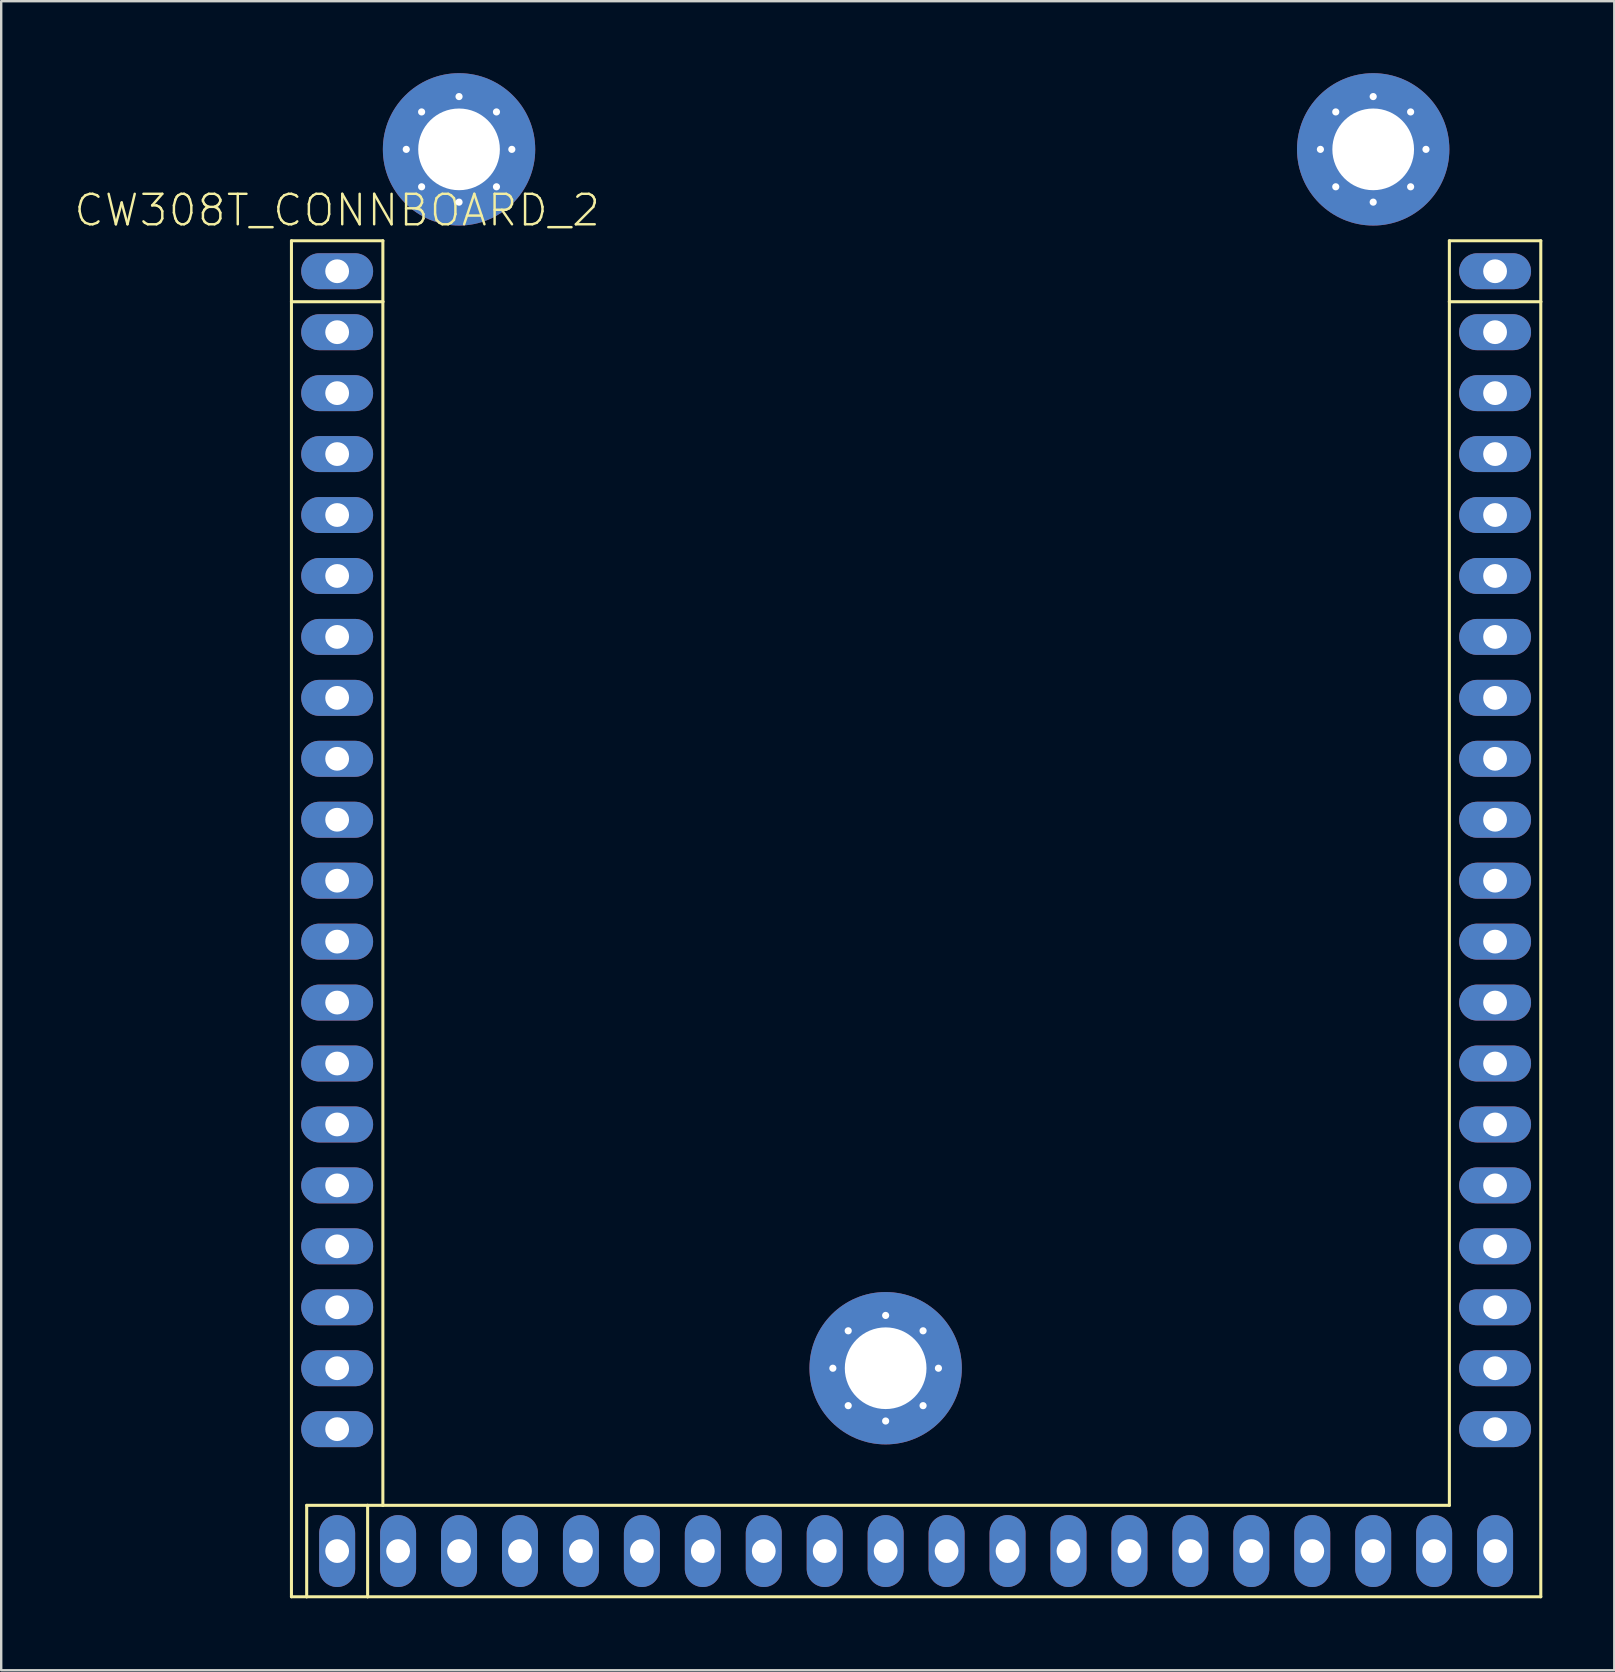
<source format=kicad_pcb>
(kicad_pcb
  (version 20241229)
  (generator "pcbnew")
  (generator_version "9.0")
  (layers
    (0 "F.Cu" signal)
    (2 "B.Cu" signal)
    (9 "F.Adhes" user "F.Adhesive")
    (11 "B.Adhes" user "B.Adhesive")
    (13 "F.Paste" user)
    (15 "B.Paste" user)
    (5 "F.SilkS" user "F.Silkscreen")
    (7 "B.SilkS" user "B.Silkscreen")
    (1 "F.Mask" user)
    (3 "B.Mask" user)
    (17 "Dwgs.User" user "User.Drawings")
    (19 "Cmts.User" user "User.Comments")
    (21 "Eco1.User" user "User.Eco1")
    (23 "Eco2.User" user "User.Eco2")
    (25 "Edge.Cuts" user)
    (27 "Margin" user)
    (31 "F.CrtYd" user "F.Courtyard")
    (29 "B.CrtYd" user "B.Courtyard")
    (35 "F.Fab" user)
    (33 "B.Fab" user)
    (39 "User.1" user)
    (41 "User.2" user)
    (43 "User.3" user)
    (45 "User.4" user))
  (footprint "CW308T_CONNBOARD_2"
    (layer "F.Cu")
    (at 11.002 8.255)
    (property "Reference" "CW308T_CONNBOARD_2" (at 0 -2.54 0) (layer "F.SilkS") (effects (font (size 1.27 1.27) (thickness 0.102))))
    (attr exclude_from_pos_files)
    (fp_line (start -1.905 -1.27) (end 1.905 -1.27) (stroke (width 0.127) (type solid)) (layer "F.SilkS"))
    (fp_line (start -1.905 1.27) (end -1.905 -1.27) (stroke (width 0.127) (type solid)) (layer "F.SilkS"))
    (fp_line (start -1.905 1.27) (end 1.905 1.27) (stroke (width 0.127) (type solid)) (layer "F.SilkS"))
    (fp_line (start -1.905 55.245) (end -1.905 1.27) (stroke (width 0.127) (type solid)) (layer "F.SilkS"))
    (fp_line (start -1.27 51.435) (end -1.27 55.245) (stroke (width 0.127) (type solid)) (layer "F.SilkS"))
    (fp_line (start -1.27 55.245) (end -1.905 55.245) (stroke (width 0.127) (type solid)) (layer "F.SilkS"))
    (fp_line (start 1.27 51.435) (end -1.27 51.435) (stroke (width 0.127) (type solid)) (layer "F.SilkS"))
    (fp_line (start 1.27 51.435) (end 1.905 51.435) (stroke (width 0.127) (type solid)) (layer "F.SilkS"))
    (fp_line (start 1.27 55.245) (end -1.27 55.245) (stroke (width 0.127) (type solid)) (layer "F.SilkS"))
    (fp_line (start 1.27 55.245) (end 1.27 51.435) (stroke (width 0.127) (type solid)) (layer "F.SilkS"))
    (fp_line (start 1.905 -1.27) (end 1.905 1.27) (stroke (width 0.127) (type solid)) (layer "F.SilkS"))
    (fp_line (start 1.905 1.27) (end 1.905 51.435) (stroke (width 0.127) (type solid)) (layer "F.SilkS"))
    (fp_line (start 1.905 51.435) (end 46.355 51.435) (stroke (width 0.127) (type solid)) (layer "F.SilkS"))
    (fp_line (start 46.355 -1.27) (end 50.165 -1.27) (stroke (width 0.127) (type solid)) (layer "F.SilkS"))
    (fp_line (start 46.355 1.27) (end 46.355 -1.27) (stroke (width 0.127) (type solid)) (layer "F.SilkS"))
    (fp_line (start 46.355 1.27) (end 50.165 1.27) (stroke (width 0.127) (type solid)) (layer "F.SilkS"))
    (fp_line (start 46.355 51.435) (end 46.355 1.27) (stroke (width 0.127) (type solid)) (layer "F.SilkS"))
    (fp_line (start 50.165 -1.27) (end 50.165 1.27) (stroke (width 0.127) (type solid)) (layer "F.SilkS"))
    (fp_line (start 50.165 1.27) (end 50.165 55.245) (stroke (width 0.127) (type solid)) (layer "F.SilkS"))
    (fp_line (start 50.165 55.245) (end 1.27 55.245) (stroke (width 0.127) (type solid)) (layer "F.SilkS"))
    (pad "" np_thru_hole circle (at 2.88 -5.08) (size 0.3 0.3) (drill 0.3) (layers "*.Cu"))
    (pad "" np_thru_hole circle (at 3.52 -6.64) (size 0.3 0.3) (drill 0.3) (layers "*.Cu"))
    (pad "" np_thru_hole circle (at 3.52 -3.52) (size 0.3 0.3) (drill 0.3) (layers "*.Cu"))
    (pad "" np_thru_hole circle (at 5.08 -7.28) (size 0.3 0.3) (drill 0.3) (layers "*.Cu"))
    (pad "" np_thru_hole circle (at 5.08 -2.88) (size 0.3 0.3) (drill 0.3) (layers "*.Cu"))
    (pad "" np_thru_hole circle (at 6.64 -6.64) (size 0.3 0.3) (drill 0.3) (layers "*.Cu"))
    (pad "" np_thru_hole circle (at 6.64 -3.52) (size 0.3 0.3) (drill 0.3) (layers "*.Cu"))
    (pad "" np_thru_hole circle (at 7.28 -5.08) (size 0.3 0.3) (drill 0.3) (layers "*.Cu"))
    (pad "" np_thru_hole circle (at 20.66 45.72) (size 0.3 0.3) (drill 0.3) (layers "*.Cu"))
    (pad "" np_thru_hole circle (at 21.3 44.16) (size 0.3 0.3) (drill 0.3) (layers "*.Cu"))
    (pad "" np_thru_hole circle (at 21.3 47.28) (size 0.3 0.3) (drill 0.3) (layers "*.Cu"))
    (pad "" np_thru_hole circle (at 22.86 43.52) (size 0.3 0.3) (drill 0.3) (layers "*.Cu"))
    (pad "" np_thru_hole circle (at 22.86 47.92) (size 0.3 0.3) (drill 0.3) (layers "*.Cu"))
    (pad "" np_thru_hole circle (at 24.42 44.16) (size 0.3 0.3) (drill 0.3) (layers "*.Cu"))
    (pad "" np_thru_hole circle (at 24.42 47.28) (size 0.3 0.3) (drill 0.3) (layers "*.Cu"))
    (pad "" np_thru_hole circle (at 25.06 45.72) (size 0.3 0.3) (drill 0.3) (layers "*.Cu"))
    (pad "" np_thru_hole circle (at 40.98 -5.08) (size 0.3 0.3) (drill 0.3) (layers "*.Cu"))
    (pad "" np_thru_hole circle (at 41.62 -6.64) (size 0.3 0.3) (drill 0.3) (layers "*.Cu"))
    (pad "" np_thru_hole circle (at 41.62 -3.52) (size 0.3 0.3) (drill 0.3) (layers "*.Cu"))
    (pad "" np_thru_hole circle (at 43.18 -7.28) (size 0.3 0.3) (drill 0.3) (layers "*.Cu"))
    (pad "" np_thru_hole circle (at 43.18 -2.88) (size 0.3 0.3) (drill 0.3) (layers "*.Cu"))
    (pad "" np_thru_hole circle (at 44.74 -6.64) (size 0.3 0.3) (drill 0.3) (layers "*.Cu"))
    (pad "" np_thru_hole circle (at 44.74 -3.52) (size 0.3 0.3) (drill 0.3) (layers "*.Cu"))
    (pad "" np_thru_hole circle (at 45.38 -5.08) (size 0.3 0.3) (drill 0.3) (layers "*.Cu"))
    (pad "A1" thru_hole oval (at 0 0 90) (size 1.499 2.997) (drill 0.991) (layers "*.Cu" "*.Paste" "*.Mask"))
    (pad "A2" thru_hole oval (at 0 2.54 90) (size 1.499 2.997) (drill 0.991) (layers "*.Cu" "*.Paste" "*.Mask"))
    (pad "A3" thru_hole oval (at 0 5.08 90) (size 1.499 2.997) (drill 0.991) (layers "*.Cu" "*.Paste" "*.Mask"))
    (pad "A4" thru_hole oval (at 0 7.62 90) (size 1.499 2.997) (drill 0.991) (layers "*.Cu" "*.Paste" "*.Mask"))
    (pad "A5" thru_hole oval (at 0 10.16 90) (size 1.499 2.997) (drill 0.991) (layers "*.Cu" "*.Paste" "*.Mask"))
    (pad "A6" thru_hole oval (at 0 12.7 90) (size 1.499 2.997) (drill 0.991) (layers "*.Cu" "*.Paste" "*.Mask"))
    (pad "A7" thru_hole oval (at 0 15.24 90) (size 1.499 2.997) (drill 0.991) (layers "*.Cu" "*.Paste" "*.Mask"))
    (pad "A8" thru_hole oval (at 0 17.78 90) (size 1.499 2.997) (drill 0.991) (layers "*.Cu" "*.Paste" "*.Mask"))
    (pad "A9" thru_hole oval (at 0 20.32 90) (size 1.499 2.997) (drill 0.991) (layers "*.Cu" "*.Paste" "*.Mask"))
    (pad "A10" thru_hole oval (at 0 22.86 90) (size 1.499 2.997) (drill 0.991) (layers "*.Cu" "*.Paste" "*.Mask"))
    (pad "A11" thru_hole oval (at 0 25.4 90) (size 1.499 2.997) (drill 0.991) (layers "*.Cu" "*.Paste" "*.Mask"))
    (pad "A12" thru_hole oval (at 0 27.94 90) (size 1.499 2.997) (drill 0.991) (layers "*.Cu" "*.Paste" "*.Mask"))
    (pad "A13" thru_hole oval (at 0 30.48 90) (size 1.499 2.997) (drill 0.991) (layers "*.Cu" "*.Paste" "*.Mask"))
    (pad "A14" thru_hole oval (at 0 33.02 90) (size 1.499 2.997) (drill 0.991) (layers "*.Cu" "*.Paste" "*.Mask"))
    (pad "A15" thru_hole oval (at 0 35.56 90) (size 1.499 2.997) (drill 0.991) (layers "*.Cu" "*.Paste" "*.Mask"))
    (pad "A16" thru_hole oval (at 0 38.1 90) (size 1.499 2.997) (drill 0.991) (layers "*.Cu" "*.Paste" "*.Mask"))
    (pad "A17" thru_hole oval (at 0 40.64 90) (size 1.499 2.997) (drill 0.991) (layers "*.Cu" "*.Paste" "*.Mask"))
    (pad "A18" thru_hole oval (at 0 43.18 90) (size 1.499 2.997) (drill 0.991) (layers "*.Cu" "*.Paste" "*.Mask"))
    (pad "A19" thru_hole oval (at 0 45.72 90) (size 1.499 2.997) (drill 0.991) (layers "*.Cu" "*.Paste" "*.Mask"))
    (pad "A20" thru_hole oval (at 0 48.26 90) (size 1.499 2.997) (drill 0.991) (layers "*.Cu" "*.Paste" "*.Mask"))
    (pad "B1" thru_hole oval (at 0 53.34 180) (size 1.499 2.997) (drill 0.991) (layers "*.Cu" "*.Paste" "*.Mask"))
    (pad "B2" thru_hole oval (at 2.54 53.34 180) (size 1.499 2.997) (drill 0.991) (layers "*.Cu" "*.Paste" "*.Mask"))
    (pad "B3" thru_hole oval (at 5.08 53.34 180) (size 1.499 2.997) (drill 0.991) (layers "*.Cu" "*.Paste" "*.Mask"))
    (pad "B4" thru_hole oval (at 7.62 53.34 180) (size 1.499 2.997) (drill 0.991) (layers "*.Cu" "*.Paste" "*.Mask"))
    (pad "B5" thru_hole oval (at 10.16 53.34 180) (size 1.499 2.997) (drill 0.991) (layers "*.Cu" "*.Paste" "*.Mask"))
    (pad "B6" thru_hole oval (at 12.7 53.34 180) (size 1.499 2.997) (drill 0.991) (layers "*.Cu" "*.Paste" "*.Mask"))
    (pad "B7" thru_hole oval (at 15.24 53.34 180) (size 1.499 2.997) (drill 0.991) (layers "*.Cu" "*.Paste" "*.Mask"))
    (pad "B8" thru_hole oval (at 17.78 53.34 180) (size 1.499 2.997) (drill 0.991) (layers "*.Cu" "*.Paste" "*.Mask"))
    (pad "B9" thru_hole oval (at 20.32 53.34 180) (size 1.499 2.997) (drill 0.991) (layers "*.Cu" "*.Paste" "*.Mask"))
    (pad "B10" thru_hole oval (at 22.86 53.34 180) (size 1.499 2.997) (drill 0.991) (layers "*.Cu" "*.Paste" "*.Mask"))
    (pad "B11" thru_hole oval (at 25.4 53.34 180) (size 1.499 2.997) (drill 0.991) (layers "*.Cu" "*.Paste" "*.Mask"))
    (pad "B12" thru_hole oval (at 27.94 53.34 180) (size 1.499 2.997) (drill 0.991) (layers "*.Cu" "*.Paste" "*.Mask"))
    (pad "B13" thru_hole oval (at 30.48 53.34 180) (size 1.499 2.997) (drill 0.991) (layers "*.Cu" "*.Paste" "*.Mask"))
    (pad "B14" thru_hole oval (at 33.02 53.34 180) (size 1.499 2.997) (drill 0.991) (layers "*.Cu" "*.Paste" "*.Mask"))
    (pad "B15" thru_hole oval (at 35.56 53.34 180) (size 1.499 2.997) (drill 0.991) (layers "*.Cu" "*.Paste" "*.Mask"))
    (pad "B16" thru_hole oval (at 38.1 53.34 180) (size 1.499 2.997) (drill 0.991) (layers "*.Cu" "*.Paste" "*.Mask"))
    (pad "B17" thru_hole oval (at 40.64 53.34 180) (size 1.499 2.997) (drill 0.991) (layers "*.Cu" "*.Paste" "*.Mask"))
    (pad "B18" thru_hole oval (at 43.18 53.34 180) (size 1.499 2.997) (drill 0.991) (layers "*.Cu" "*.Paste" "*.Mask"))
    (pad "B19" thru_hole oval (at 45.72 53.34 180) (size 1.499 2.997) (drill 0.991) (layers "*.Cu" "*.Paste" "*.Mask"))
    (pad "B20" thru_hole oval (at 48.26 53.34 180) (size 1.499 2.997) (drill 0.991) (layers "*.Cu" "*.Paste" "*.Mask"))
    (pad "C1" thru_hole oval (at 48.26 0 90) (size 1.499 2.997) (drill 0.991) (layers "*.Cu" "*.Paste" "*.Mask"))
    (pad "C2" thru_hole oval (at 48.26 2.54 90) (size 1.499 2.997) (drill 0.991) (layers "*.Cu" "*.Paste" "*.Mask"))
    (pad "C3" thru_hole oval (at 48.26 5.08 90) (size 1.499 2.997) (drill 0.991) (layers "*.Cu" "*.Paste" "*.Mask"))
    (pad "C4" thru_hole oval (at 48.26 7.62 90) (size 1.499 2.997) (drill 0.991) (layers "*.Cu" "*.Paste" "*.Mask"))
    (pad "C5" thru_hole oval (at 48.26 10.16 90) (size 1.499 2.997) (drill 0.991) (layers "*.Cu" "*.Paste" "*.Mask"))
    (pad "C6" thru_hole oval (at 48.26 12.7 90) (size 1.499 2.997) (drill 0.991) (layers "*.Cu" "*.Paste" "*.Mask"))
    (pad "C7" thru_hole oval (at 48.26 15.24 90) (size 1.499 2.997) (drill 0.991) (layers "*.Cu" "*.Paste" "*.Mask"))
    (pad "C8" thru_hole oval (at 48.26 17.78 90) (size 1.499 2.997) (drill 0.991) (layers "*.Cu" "*.Paste" "*.Mask"))
    (pad "C9" thru_hole oval (at 48.26 20.32 90) (size 1.499 2.997) (drill 0.991) (layers "*.Cu" "*.Paste" "*.Mask"))
    (pad "C10" thru_hole oval (at 48.26 22.86 90) (size 1.499 2.997) (drill 0.991) (layers "*.Cu" "*.Paste" "*.Mask"))
    (pad "C11" thru_hole oval (at 48.26 25.4 90) (size 1.499 2.997) (drill 0.991) (layers "*.Cu" "*.Paste" "*.Mask"))
    (pad "C12" thru_hole oval (at 48.26 27.94 90) (size 1.499 2.997) (drill 0.991) (layers "*.Cu" "*.Paste" "*.Mask"))
    (pad "C13" thru_hole oval (at 48.26 30.48 90) (size 1.499 2.997) (drill 0.991) (layers "*.Cu" "*.Paste" "*.Mask"))
    (pad "C14" thru_hole oval (at 48.26 33.02 90) (size 1.499 2.997) (drill 0.991) (layers "*.Cu" "*.Paste" "*.Mask"))
    (pad "C15" thru_hole oval (at 48.26 35.56 90) (size 1.499 2.997) (drill 0.991) (layers "*.Cu" "*.Paste" "*.Mask"))
    (pad "C16" thru_hole oval (at 48.26 38.1 90) (size 1.499 2.997) (drill 0.991) (layers "*.Cu" "*.Paste" "*.Mask"))
    (pad "C17" thru_hole oval (at 48.26 40.64 90) (size 1.499 2.997) (drill 0.991) (layers "*.Cu" "*.Paste" "*.Mask"))
    (pad "C18" thru_hole oval (at 48.26 43.18 90) (size 1.499 2.997) (drill 0.991) (layers "*.Cu" "*.Paste" "*.Mask"))
    (pad "C19" thru_hole oval (at 48.26 45.72 90) (size 1.499 2.997) (drill 0.991) (layers "*.Cu" "*.Paste" "*.Mask"))
    (pad "C20" thru_hole oval (at 48.26 48.26 90) (size 1.499 2.997) (drill 0.991) (layers "*.Cu" "*.Paste" "*.Mask"))
    (pad "MH1" thru_hole circle (at 5.08 -5.08 90) (size 3.5 3.5) (drill 3.404) (layers "*.Cu" "*.Paste" "*.Mask"))
    (pad "MH1" connect circle (at 5.08 -5.08 90) (size 6.35 6.35) (layers "F.Cu" "F.Mask"))
    (pad "MH1" connect circle (at 5.08 -5.08 270) (size 6.35 6.35) (layers "B.Cu" "B.Mask"))
    (pad "MH2" thru_hole circle (at 43.18 -5.08 90) (size 3.5 3.5) (drill 3.404) (layers "*.Cu" "*.Paste" "*.Mask"))
    (pad "MH2" connect circle (at 43.18 -5.08 90) (size 6.35 6.35) (layers "F.Cu" "F.Mask"))
    (pad "MH2" connect circle (at 43.18 -5.08 270) (size 6.35 6.35) (layers "B.Cu" "B.Mask"))
    (pad "MH3" thru_hole circle (at 22.86 45.72 90) (size 3.5 3.5) (drill 3.404) (layers "*.Cu" "*.Paste" "*.Mask"))
    (pad "MH3" connect circle (at 22.86 45.72 90) (size 6.35 6.35) (layers "F.Cu" "F.Mask"))
    (pad "MH3" connect circle (at 22.86 45.72 270) (size 6.35 6.35) (layers "B.Cu" "B.Mask")))
  (gr_rect
    (start -3 -3)
    (end 64.23 66.564)
    (stroke (width 0.1) (type default))
    (fill no)
    (layer "Edge.Cuts")))
</source>
